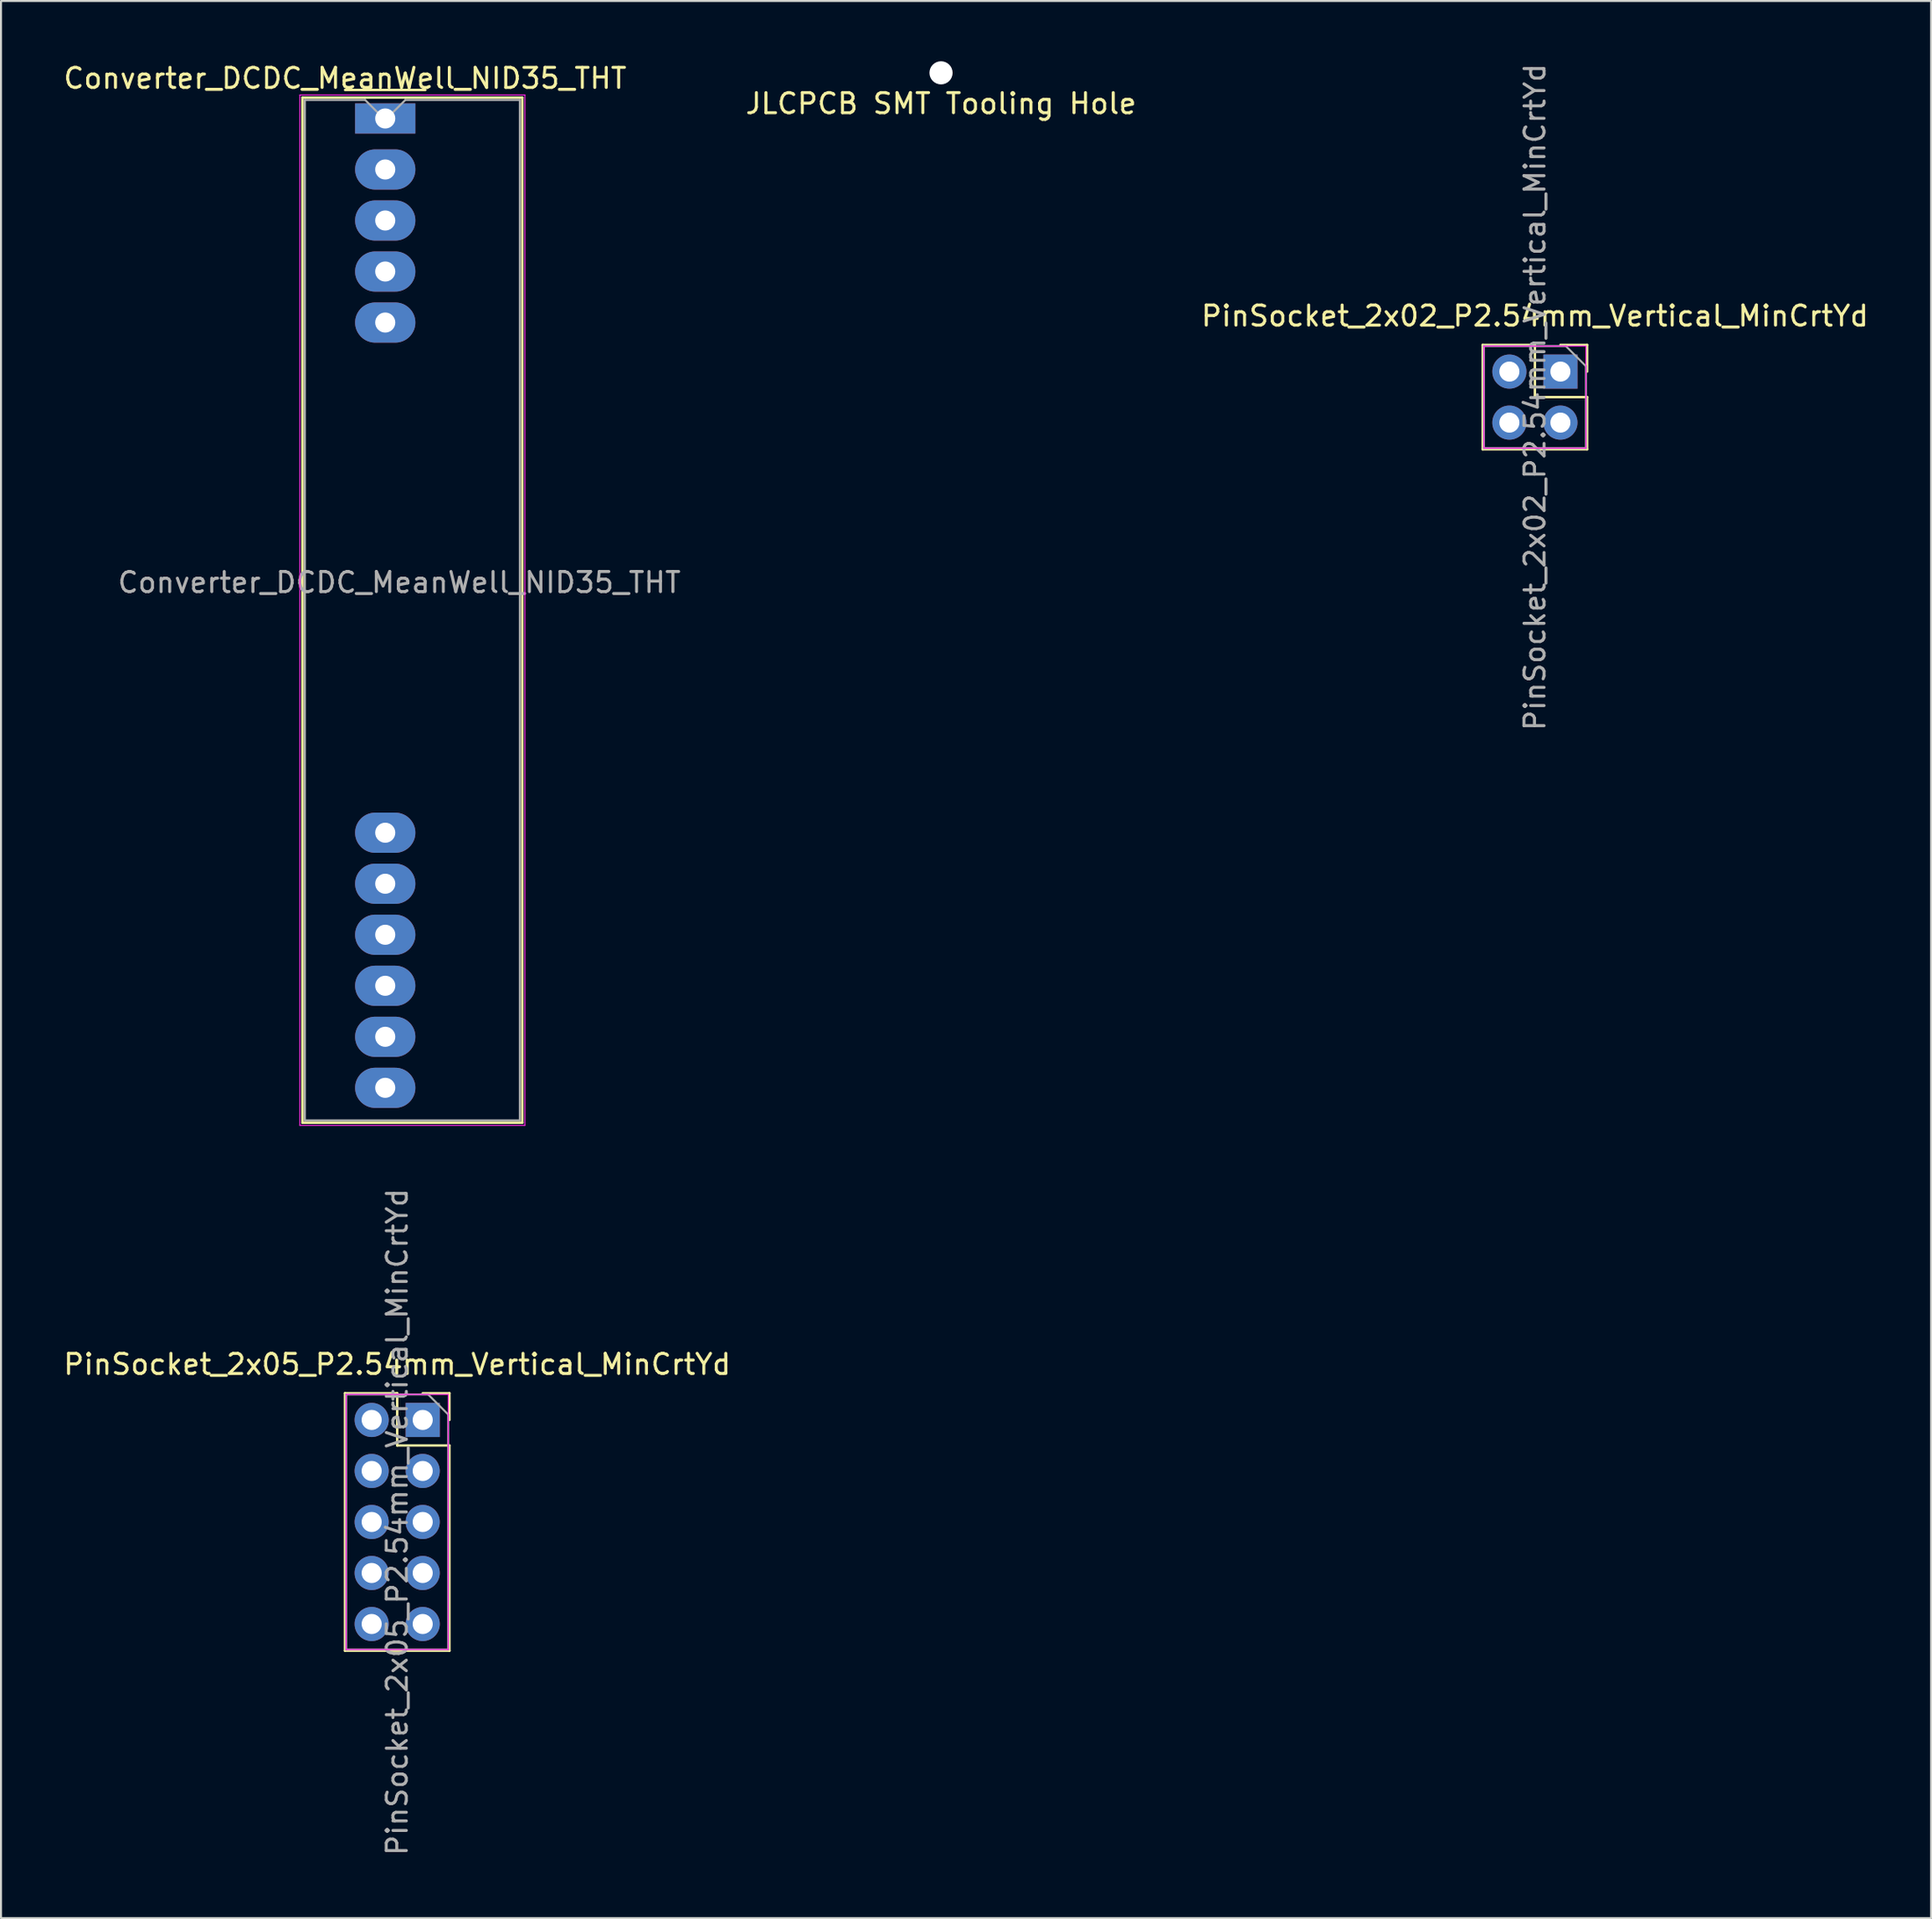
<source format=kicad_pcb>
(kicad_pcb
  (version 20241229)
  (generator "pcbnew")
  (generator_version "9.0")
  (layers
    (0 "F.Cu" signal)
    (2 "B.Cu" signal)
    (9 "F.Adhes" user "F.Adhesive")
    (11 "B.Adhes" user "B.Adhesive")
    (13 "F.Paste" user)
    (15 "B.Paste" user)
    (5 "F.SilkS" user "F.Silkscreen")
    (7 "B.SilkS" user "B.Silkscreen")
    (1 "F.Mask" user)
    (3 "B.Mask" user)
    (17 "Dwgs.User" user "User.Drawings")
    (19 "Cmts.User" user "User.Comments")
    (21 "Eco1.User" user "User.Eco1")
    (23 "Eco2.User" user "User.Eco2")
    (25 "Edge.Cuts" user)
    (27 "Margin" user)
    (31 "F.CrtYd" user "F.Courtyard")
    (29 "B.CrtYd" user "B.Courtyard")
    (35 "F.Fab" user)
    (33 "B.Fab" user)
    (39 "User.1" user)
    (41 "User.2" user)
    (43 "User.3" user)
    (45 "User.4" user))
  (footprint "PinSocket_2x02_P2.54mm_Vertical_MinCrtYd"
    (layer "F.Cu")
    (at 74.619 15.45)
    (property "Reference" "PinSocket_2x02_P2.54mm_Vertical_MinCrtYd" (at -1.27 -2.77 0) (layer "F.SilkS") (effects (font (size 1 1) (thickness 0.15))))
    (attr through_hole)
    (fp_line (start -3.87 -1.33) (end -3.87 3.87) (stroke (width 0.12) (type solid)) (layer "F.SilkS"))
    (fp_line (start -3.87 -1.33) (end -1.27 -1.33) (stroke (width 0.12) (type solid)) (layer "F.SilkS"))
    (fp_line (start -3.87 3.87) (end 1.33 3.87) (stroke (width 0.12) (type solid)) (layer "F.SilkS"))
    (fp_line (start -1.27 -1.33) (end -1.27 1.27) (stroke (width 0.12) (type solid)) (layer "F.SilkS"))
    (fp_line (start -1.27 1.27) (end 1.33 1.27) (stroke (width 0.12) (type solid)) (layer "F.SilkS"))
    (fp_line (start 0 -1.33) (end 1.33 -1.33) (stroke (width 0.12) (type solid)) (layer "F.SilkS"))
    (fp_line (start 1.33 -1.33) (end 1.33 0) (stroke (width 0.12) (type solid)) (layer "F.SilkS"))
    (fp_line (start 1.33 1.27) (end 1.33 3.87) (stroke (width 0.12) (type solid)) (layer "F.SilkS"))
    (fp_line (start -3.81 -1.27) (end 1.27 -1.27) (stroke (width 0.05) (type solid)) (layer "F.CrtYd"))
    (fp_line (start -3.81 3.81) (end -3.81 -1.27) (stroke (width 0.05) (type solid)) (layer "F.CrtYd"))
    (fp_line (start 1.27 -1.27) (end 1.27 3.81) (stroke (width 0.05) (type solid)) (layer "F.CrtYd"))
    (fp_line (start 1.27 3.81) (end -3.81 3.81) (stroke (width 0.05) (type solid)) (layer "F.CrtYd"))
    (fp_line (start -3.81 -1.27) (end 0.27 -1.27) (stroke (width 0.1) (type solid)) (layer "F.Fab"))
    (fp_line (start -3.81 3.81) (end -3.81 -1.27) (stroke (width 0.1) (type solid)) (layer "F.Fab"))
    (fp_line (start 0.27 -1.27) (end 1.27 -0.27) (stroke (width 0.1) (type solid)) (layer "F.Fab"))
    (fp_line (start 1.27 -0.27) (end 1.27 3.81) (stroke (width 0.1) (type solid)) (layer "F.Fab"))
    (fp_line (start 1.27 3.81) (end -3.81 3.81) (stroke (width 0.1) (type solid)) (layer "F.Fab"))
    (fp_text user "${REFERENCE}" (at -1.27 1.27 90) (layer "F.Fab") (effects (font (size 1 1) (thickness 0.15))))
    (pad "1" thru_hole rect (at 0 0) (size 1.7 1.7) (drill 1) (layers "*.Cu" "*.Mask"))
    (pad "2" thru_hole oval (at -2.54 0) (size 1.7 1.7) (drill 1) (layers "*.Cu" "*.Mask"))
    (pad "3" thru_hole oval (at 0 2.54) (size 1.7 1.7) (drill 1) (layers "*.Cu" "*.Mask"))
    (pad "4" thru_hole oval (at -2.54 2.54) (size 1.7 1.7) (drill 1) (layers "*.Cu" "*.Mask")))
  (footprint "Converter_DCDC_MeanWell_NID35_THT"
    (layer "F.Cu")
    (at 16.125 2.848)
    (property "Reference" "Converter_DCDC_MeanWell_NID35_THT" (at -2 -2 0) (layer "F.SilkS") (effects (font (size 1 1) (thickness 0.15))))
    (attr through_hole)
    (fp_line (start -4.12 -1.04) (end 6.82 -1.04) (stroke (width 0.12) (type solid)) (layer "F.SilkS"))
    (fp_line (start -4.12 50) (end -4.12 -1.04) (stroke (width 0.12) (type solid)) (layer "F.SilkS"))
    (fp_line (start -2 -1.42) (end 2 -1.42) (stroke (width 0.12) (type solid)) (layer "F.SilkS"))
    (fp_line (start 6.82 -1.04) (end 6.82 50) (stroke (width 0.12) (type solid)) (layer "F.SilkS"))
    (fp_line (start 6.82 50) (end -4.12 50) (stroke (width 0.12) (type solid)) (layer "F.SilkS"))
    (fp_line (start -4.25 -1.17) (end 6.95 -1.17) (stroke (width 0.05) (type solid)) (layer "F.CrtYd"))
    (fp_line (start -4.25 50.13) (end -4.25 -1.17) (stroke (width 0.05) (type solid)) (layer "F.CrtYd"))
    (fp_line (start 6.95 -1.17) (end 6.95 50.13) (stroke (width 0.05) (type solid)) (layer "F.CrtYd"))
    (fp_line (start 6.95 50.13) (end -4.25 50.13) (stroke (width 0.05) (type solid)) (layer "F.CrtYd"))
    (fp_line (start -4 -0.92) (end -1 -0.92) (stroke (width 0.1) (type solid)) (layer "F.Fab"))
    (fp_line (start -4 49.88) (end -4 -0.92) (stroke (width 0.1) (type solid)) (layer "F.Fab"))
    (fp_line (start -1 -0.92) (end 0 0.08) (stroke (width 0.1) (type solid)) (layer "F.Fab"))
    (fp_line (start 0 0.08) (end 1 -0.92) (stroke (width 0.1) (type solid)) (layer "F.Fab"))
    (fp_line (start 1 -0.92) (end 6.7 -0.92) (stroke (width 0.1) (type solid)) (layer "F.Fab"))
    (fp_line (start 6.7 -0.92) (end 6.7 49.88) (stroke (width 0.1) (type solid)) (layer "F.Fab"))
    (fp_line (start 6.7 49.88) (end -4 49.88) (stroke (width 0.1) (type solid)) (layer "F.Fab"))
    (fp_text user "${REFERENCE}" (at 0.7 23.1 0) (layer "F.Fab") (effects (font (size 1 1) (thickness 0.15))))
    (pad "1" thru_hole rect (at 0 0) (size 3 1.5) (drill 1) (layers "*.Cu" "*.Mask"))
    (pad "2" thru_hole oval (at 0 2.54) (size 3 2) (drill 1) (layers "*.Cu" "*.Mask"))
    (pad "3" thru_hole oval (at 0 5.08) (size 3 2) (drill 1) (layers "*.Cu" "*.Mask"))
    (pad "4" thru_hole oval (at 0 7.62) (size 3 2) (drill 1) (layers "*.Cu" "*.Mask"))
    (pad "5" thru_hole oval (at 0 10.16) (size 3 2) (drill 1) (layers "*.Cu" "*.Mask"))
    (pad "6" thru_hole oval (at 0 35.56) (size 3 2) (drill 1) (layers "*.Cu" "*.Mask"))
    (pad "7" thru_hole oval (at 0 38.1) (size 3 2) (drill 1) (layers "*.Cu" "*.Mask"))
    (pad "8" thru_hole oval (at 0 40.64) (size 3 2) (drill 1) (layers "*.Cu" "*.Mask"))
    (pad "9" thru_hole oval (at 0 43.18) (size 3 2) (drill 1) (layers "*.Cu" "*.Mask"))
    (pad "10" thru_hole oval (at 0 45.72) (size 3 2) (drill 1) (layers "*.Cu" "*.Mask"))
    (pad "11" thru_hole oval (at 0 48.26) (size 3 2) (drill 1) (layers "*.Cu" "*.Mask")))
  (footprint "PinSocket_2x05_P2.54mm_Vertical_MinCrtYd"
    (layer "F.Cu")
    (at 17.99 67.643)
    (property "Reference" "PinSocket_2x05_P2.54mm_Vertical_MinCrtYd" (at -1.27 -2.77 0) (layer "F.SilkS") (effects (font (size 1 1) (thickness 0.15))))
    (attr through_hole)
    (fp_line (start -3.87 -1.33) (end -3.87 11.49) (stroke (width 0.12) (type solid)) (layer "F.SilkS"))
    (fp_line (start -3.87 -1.33) (end -1.27 -1.33) (stroke (width 0.12) (type solid)) (layer "F.SilkS"))
    (fp_line (start -3.87 11.49) (end 1.33 11.49) (stroke (width 0.12) (type solid)) (layer "F.SilkS"))
    (fp_line (start -1.27 -1.33) (end -1.27 1.27) (stroke (width 0.12) (type solid)) (layer "F.SilkS"))
    (fp_line (start -1.27 1.27) (end 1.33 1.27) (stroke (width 0.12) (type solid)) (layer "F.SilkS"))
    (fp_line (start 0 -1.33) (end 1.33 -1.33) (stroke (width 0.12) (type solid)) (layer "F.SilkS"))
    (fp_line (start 1.33 -1.33) (end 1.33 0) (stroke (width 0.12) (type solid)) (layer "F.SilkS"))
    (fp_line (start 1.33 1.27) (end 1.33 11.49) (stroke (width 0.12) (type solid)) (layer "F.SilkS"))
    (fp_line (start -3.81 -1.27) (end 1.27 -1.27) (stroke (width 0.05) (type solid)) (layer "F.CrtYd"))
    (fp_line (start -3.81 11.43) (end -3.81 -1.27) (stroke (width 0.05) (type solid)) (layer "F.CrtYd"))
    (fp_line (start 1.27 -1.27) (end 1.27 11.43) (stroke (width 0.05) (type solid)) (layer "F.CrtYd"))
    (fp_line (start 1.27 11.43) (end -3.81 11.43) (stroke (width 0.05) (type solid)) (layer "F.CrtYd"))
    (fp_line (start -3.81 -1.27) (end 0.27 -1.27) (stroke (width 0.1) (type solid)) (layer "F.Fab"))
    (fp_line (start -3.81 11.43) (end -3.81 -1.27) (stroke (width 0.1) (type solid)) (layer "F.Fab"))
    (fp_line (start 0.27 -1.27) (end 1.27 -0.27) (stroke (width 0.1) (type solid)) (layer "F.Fab"))
    (fp_line (start 1.27 -0.27) (end 1.27 11.43) (stroke (width 0.1) (type solid)) (layer "F.Fab"))
    (fp_line (start 1.27 11.43) (end -3.81 11.43) (stroke (width 0.1) (type solid)) (layer "F.Fab"))
    (fp_text user "${REFERENCE}" (at -1.27 5.08 90) (layer "F.Fab") (effects (font (size 1 1) (thickness 0.15))))
    (pad "1" thru_hole rect (at 0 0) (size 1.7 1.7) (drill 1) (layers "*.Cu" "*.Mask"))
    (pad "2" thru_hole oval (at -2.54 0) (size 1.7 1.7) (drill 1) (layers "*.Cu" "*.Mask"))
    (pad "3" thru_hole oval (at 0 2.54) (size 1.7 1.7) (drill 1) (layers "*.Cu" "*.Mask"))
    (pad "4" thru_hole oval (at -2.54 2.54) (size 1.7 1.7) (drill 1) (layers "*.Cu" "*.Mask"))
    (pad "5" thru_hole oval (at 0 5.08) (size 1.7 1.7) (drill 1) (layers "*.Cu" "*.Mask"))
    (pad "6" thru_hole oval (at -2.54 5.08) (size 1.7 1.7) (drill 1) (layers "*.Cu" "*.Mask"))
    (pad "7" thru_hole oval (at 0 7.62) (size 1.7 1.7) (drill 1) (layers "*.Cu" "*.Mask"))
    (pad "8" thru_hole oval (at -2.54 7.62) (size 1.7 1.7) (drill 1) (layers "*.Cu" "*.Mask"))
    (pad "9" thru_hole oval (at 0 10.16) (size 1.7 1.7) (drill 1) (layers "*.Cu" "*.Mask"))
    (pad "10" thru_hole oval (at -2.54 10.16) (size 1.7 1.7) (drill 1) (layers "*.Cu" "*.Mask")))
  (footprint "JLCPCB SMT Tooling Hole"
    (layer "F.Cu")
    (at 43.789 0.576)
    (property "Reference" "JLCPCB SMT Tooling Hole" (at 0 1.53 0) (layer "F.SilkS") (effects (font (size 1 1) (thickness 0.15))))
    (attr through_hole)
    (pad "" np_thru_hole circle (at 0 0) (size 1.152 1.152) (drill 1.152) (layers "*.Cu" "*.Paste" "*.Mask")))
  (gr_rect
    (start -3 -3)
    (end 93.069 92.444)
    (stroke (width 0.1) (type default))
    (fill no)
    (layer "Edge.Cuts")))
</source>
